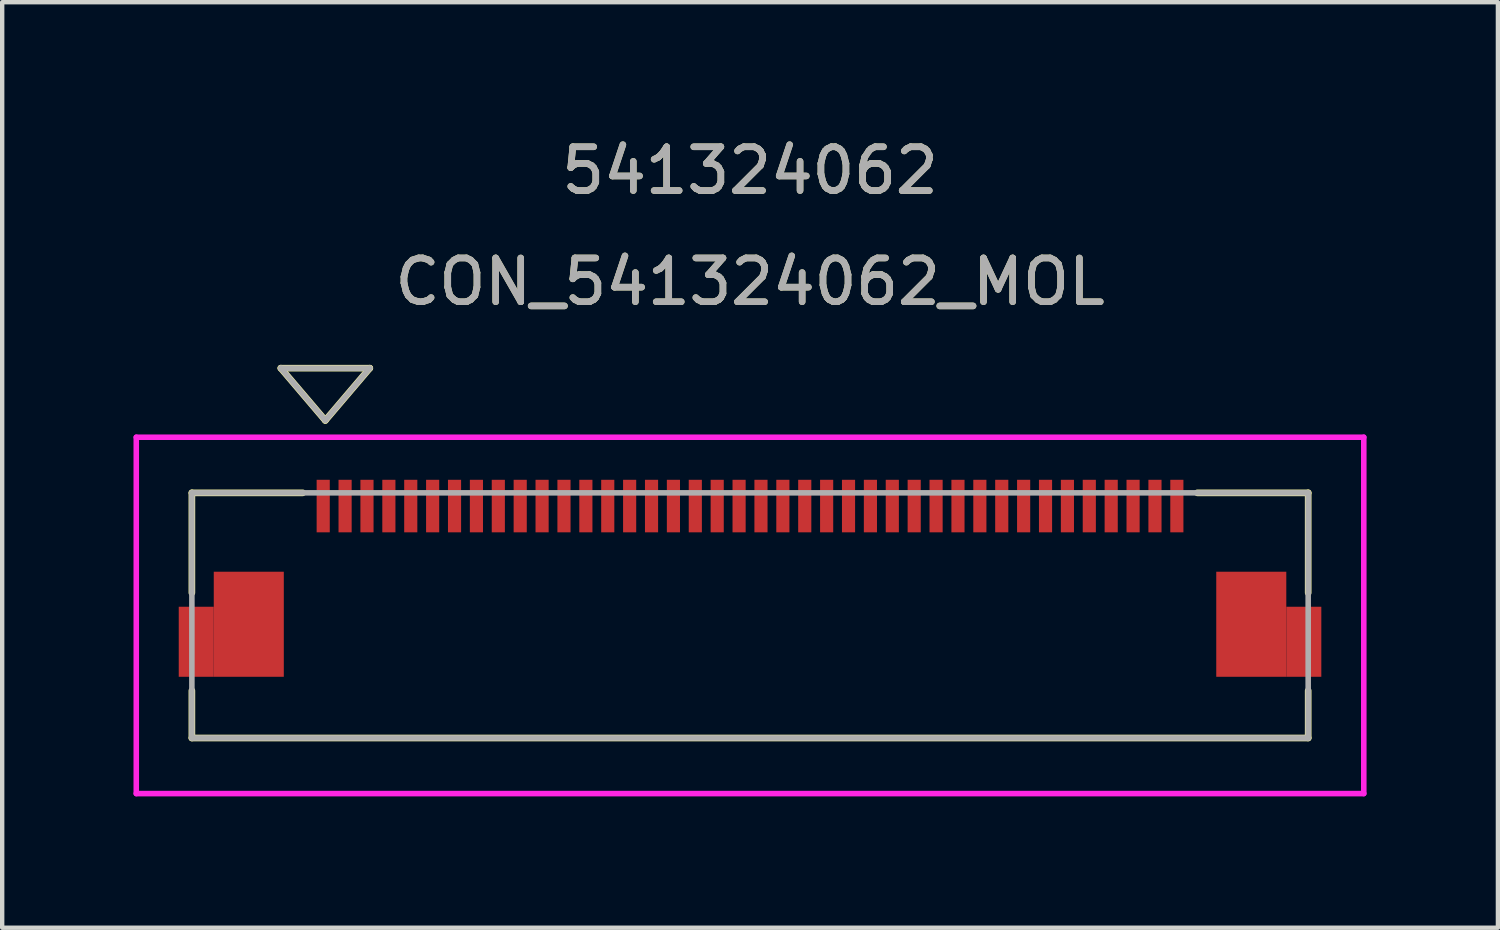
<source format=kicad_pcb>
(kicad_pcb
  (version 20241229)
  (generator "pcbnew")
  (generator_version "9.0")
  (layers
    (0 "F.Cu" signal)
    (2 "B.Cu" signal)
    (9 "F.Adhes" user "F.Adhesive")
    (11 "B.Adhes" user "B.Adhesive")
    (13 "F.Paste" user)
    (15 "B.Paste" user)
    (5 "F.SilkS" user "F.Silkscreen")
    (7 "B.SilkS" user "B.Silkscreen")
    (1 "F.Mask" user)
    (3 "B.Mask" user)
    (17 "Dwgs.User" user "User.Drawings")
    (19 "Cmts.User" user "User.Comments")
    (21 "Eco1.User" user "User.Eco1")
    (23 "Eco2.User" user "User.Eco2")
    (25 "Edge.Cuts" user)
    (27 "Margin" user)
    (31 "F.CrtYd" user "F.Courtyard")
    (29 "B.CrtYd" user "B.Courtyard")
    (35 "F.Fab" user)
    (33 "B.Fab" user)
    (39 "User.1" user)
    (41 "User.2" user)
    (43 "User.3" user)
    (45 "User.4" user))
  (footprint "CON_541324062_MOL"
    (layer "F.Cu")
    (at 14.083 11.008)
    (property "Reference" "CON_541324062_MOL" (at 0 -7.62 0) (unlocked yes) (layer "F.SilkS") (effects (font (size 1 1) (thickness 0.15))))
    (attr smd)
    (fp_poly (pts (xy -13.05 1.402) (xy -13.05 -0.198) (xy -12.25 -0.198) (xy -12.25 1.402)) (stroke (width 0) (type solid)) (fill yes) (layer "F.Cu"))
    (fp_poly (pts (xy 13.05 1.402) (xy 13.05 -0.198) (xy 12.25 -0.198) (xy 12.25 1.402)) (stroke (width 0) (type solid)) (fill yes) (layer "F.Cu"))
    (fp_poly (pts (xy -13.05 1.402) (xy -13.05 -0.198) (xy -12.25 -0.198) (xy -12.25 1.402)) (stroke (width 0) (type solid)) (fill yes) (layer "F.Mask"))
    (fp_poly (pts (xy 13.05 1.402) (xy 13.05 -0.198) (xy 12.25 -0.198) (xy 12.25 1.402)) (stroke (width 0) (type solid)) (fill yes) (layer "F.Mask"))
    (fp_line (start -12.75 -2.8) (end -12.75 -0.516) (stroke (width 0.152) (type solid)) (layer "F.SilkS"))
    (fp_line (start -12.75 1.719) (end -12.75 2.8) (stroke (width 0.152) (type solid)) (layer "F.SilkS"))
    (fp_line (start -12.75 2.8) (end 12.75 2.8) (stroke (width 0.152) (type solid)) (layer "F.SilkS"))
    (fp_line (start -10.718 -5.648) (end -9.702 -4.454) (stroke (width 0.152) (type solid)) (layer "F.SilkS"))
    (fp_line (start -10.718 -5.648) (end -8.686 -5.648) (stroke (width 0.152) (type solid)) (layer "F.SilkS"))
    (fp_line (start -10.217 -2.8) (end -12.75 -2.8) (stroke (width 0.152) (type solid)) (layer "F.SilkS"))
    (fp_line (start -8.686 -5.648) (end -9.702 -4.454) (stroke (width 0.152) (type solid)) (layer "F.SilkS"))
    (fp_line (start 12.75 -2.8) (end 10.218 -2.8) (stroke (width 0.152) (type solid)) (layer "F.SilkS"))
    (fp_line (start 12.75 -0.516) (end 12.75 -2.8) (stroke (width 0.152) (type solid)) (layer "F.SilkS"))
    (fp_line (start 12.75 2.8) (end 12.75 1.719) (stroke (width 0.152) (type solid)) (layer "F.SilkS"))
    (fp_poly (pts (xy -13.05 1.402) (xy -13.05 -0.198) (xy -12.25 -0.198) (xy -12.25 1.402)) (stroke (width 0) (type solid)) (fill yes) (layer "F.Paste"))
    (fp_poly (pts (xy 13.05 1.402) (xy 13.05 -0.198) (xy 12.25 -0.198) (xy 12.25 1.402)) (stroke (width 0) (type solid)) (fill yes) (layer "F.Paste"))
    (fp_line (start -14.02 -4.07) (end -14.02 4.07) (stroke (width 0.127) (type solid)) (layer "F.CrtYd"))
    (fp_line (start -14.02 4.07) (end 14.02 4.07) (stroke (width 0.127) (type solid)) (layer "F.CrtYd"))
    (fp_line (start 14.02 -4.07) (end -14.02 -4.07) (stroke (width 0.127) (type solid)) (layer "F.CrtYd"))
    (fp_line (start 14.02 4.07) (end 14.02 -4.07) (stroke (width 0.127) (type solid)) (layer "F.CrtYd"))
    (fp_line (start -12.75 -2.8) (end -12.75 2.8) (stroke (width 0.127) (type solid)) (layer "F.Fab"))
    (fp_line (start -12.75 2.8) (end 12.75 2.8) (stroke (width 0.127) (type solid)) (layer "F.Fab"))
    (fp_line (start -10.718 -5.648) (end -9.702 -4.454) (stroke (width 0.127) (type solid)) (layer "F.Fab"))
    (fp_line (start -10.718 -5.648) (end -8.686 -5.648) (stroke (width 0.127) (type solid)) (layer "F.Fab"))
    (fp_line (start -8.686 -5.648) (end -9.702 -4.454) (stroke (width 0.127) (type solid)) (layer "F.Fab"))
    (fp_line (start 12.75 -2.8) (end -12.75 -2.8) (stroke (width 0.127) (type solid)) (layer "F.Fab"))
    (fp_line (start 12.75 2.8) (end 12.75 -2.8) (stroke (width 0.127) (type solid)) (layer "F.Fab"))
    (fp_text user "541324062" (at 0 -10.16 0) (unlocked yes) (layer "F.SilkS") (effects (font (size 1 1) (thickness 0.15))))
    (fp_text user "541324062" (at 0 -10.16 0) (unlocked yes) (layer "F.Fab") (effects (font (size 1 1) (thickness 0.15))))
    (fp_text user "${REFERENCE}" (at 0 -7.62 0) (unlocked yes) (layer "F.Fab") (effects (font (size 1 1) (thickness 0.15))))
    (pad "1" smd rect (at -9.75 -2.498) (size 0.3 1.2) (layers "F.Cu" "F.Mask" "F.Paste"))
    (pad "2" smd rect (at -9.25 -2.498) (size 0.3 1.2) (layers "F.Cu" "F.Mask" "F.Paste"))
    (pad "3" smd rect (at -8.75 -2.498) (size 0.3 1.2) (layers "F.Cu" "F.Mask" "F.Paste"))
    (pad "4" smd rect (at -8.25 -2.498) (size 0.3 1.2) (layers "F.Cu" "F.Mask" "F.Paste"))
    (pad "5" smd rect (at -7.75 -2.498) (size 0.3 1.2) (layers "F.Cu" "F.Mask" "F.Paste"))
    (pad "6" smd rect (at -7.25 -2.498) (size 0.3 1.2) (layers "F.Cu" "F.Mask" "F.Paste"))
    (pad "7" smd rect (at -6.75 -2.498) (size 0.3 1.2) (layers "F.Cu" "F.Mask" "F.Paste"))
    (pad "8" smd rect (at -6.25 -2.498) (size 0.3 1.2) (layers "F.Cu" "F.Mask" "F.Paste"))
    (pad "9" smd rect (at -5.75 -2.498) (size 0.3 1.2) (layers "F.Cu" "F.Mask" "F.Paste"))
    (pad "10" smd rect (at -5.25 -2.498) (size 0.3 1.2) (layers "F.Cu" "F.Mask" "F.Paste"))
    (pad "11" smd rect (at -4.75 -2.498) (size 0.3 1.2) (layers "F.Cu" "F.Mask" "F.Paste"))
    (pad "12" smd rect (at -4.25 -2.498) (size 0.3 1.2) (layers "F.Cu" "F.Mask" "F.Paste"))
    (pad "13" smd rect (at -3.75 -2.498) (size 0.3 1.2) (layers "F.Cu" "F.Mask" "F.Paste"))
    (pad "14" smd rect (at -3.25 -2.498) (size 0.3 1.2) (layers "F.Cu" "F.Mask" "F.Paste"))
    (pad "15" smd rect (at -2.75 -2.498) (size 0.3 1.2) (layers "F.Cu" "F.Mask" "F.Paste"))
    (pad "16" smd rect (at -2.25 -2.498) (size 0.3 1.2) (layers "F.Cu" "F.Mask" "F.Paste"))
    (pad "17" smd rect (at -1.75 -2.498) (size 0.3 1.2) (layers "F.Cu" "F.Mask" "F.Paste"))
    (pad "18" smd rect (at -1.25 -2.498) (size 0.3 1.2) (layers "F.Cu" "F.Mask" "F.Paste"))
    (pad "19" smd rect (at -0.75 -2.498) (size 0.3 1.2) (layers "F.Cu" "F.Mask" "F.Paste"))
    (pad "20" smd rect (at -0.25 -2.498) (size 0.3 1.2) (layers "F.Cu" "F.Mask" "F.Paste"))
    (pad "21" smd rect (at 0.25 -2.498) (size 0.3 1.2) (layers "F.Cu" "F.Mask" "F.Paste"))
    (pad "22" smd rect (at 0.75 -2.498) (size 0.3 1.2) (layers "F.Cu" "F.Mask" "F.Paste"))
    (pad "23" smd rect (at 1.25 -2.498) (size 0.3 1.2) (layers "F.Cu" "F.Mask" "F.Paste"))
    (pad "24" smd rect (at 1.75 -2.498) (size 0.3 1.2) (layers "F.Cu" "F.Mask" "F.Paste"))
    (pad "25" smd rect (at 2.25 -2.498) (size 0.3 1.2) (layers "F.Cu" "F.Mask" "F.Paste"))
    (pad "26" smd rect (at 2.75 -2.498) (size 0.3 1.2) (layers "F.Cu" "F.Mask" "F.Paste"))
    (pad "27" smd rect (at 3.25 -2.498) (size 0.3 1.2) (layers "F.Cu" "F.Mask" "F.Paste"))
    (pad "28" smd rect (at 3.75 -2.498) (size 0.3 1.2) (layers "F.Cu" "F.Mask" "F.Paste"))
    (pad "29" smd rect (at 4.25 -2.498) (size 0.3 1.2) (layers "F.Cu" "F.Mask" "F.Paste"))
    (pad "30" smd rect (at 4.75 -2.498) (size 0.3 1.2) (layers "F.Cu" "F.Mask" "F.Paste"))
    (pad "31" smd rect (at 5.25 -2.498) (size 0.3 1.2) (layers "F.Cu" "F.Mask" "F.Paste"))
    (pad "32" smd rect (at 5.75 -2.498) (size 0.3 1.2) (layers "F.Cu" "F.Mask" "F.Paste"))
    (pad "33" smd rect (at 6.25 -2.498) (size 0.3 1.2) (layers "F.Cu" "F.Mask" "F.Paste"))
    (pad "34" smd rect (at 6.75 -2.498) (size 0.3 1.2) (layers "F.Cu" "F.Mask" "F.Paste"))
    (pad "35" smd rect (at 7.25 -2.498) (size 0.3 1.2) (layers "F.Cu" "F.Mask" "F.Paste"))
    (pad "36" smd rect (at 7.75 -2.498) (size 0.3 1.2) (layers "F.Cu" "F.Mask" "F.Paste"))
    (pad "37" smd rect (at 8.25 -2.498) (size 0.3 1.2) (layers "F.Cu" "F.Mask" "F.Paste"))
    (pad "38" smd rect (at 8.75 -2.498) (size 0.3 1.2) (layers "F.Cu" "F.Mask" "F.Paste"))
    (pad "39" smd rect (at 9.25 -2.498) (size 0.3 1.2) (layers "F.Cu" "F.Mask" "F.Paste"))
    (pad "40" smd rect (at 9.75 -2.498) (size 0.3 1.2) (layers "F.Cu" "F.Mask" "F.Paste"))
    (pad "P1" smd rect (at -11.45 0.202) (size 1.6 2.4) (layers "F.Cu" "F.Mask" "F.Paste"))
    (pad "P2" smd rect (at 11.45 0.202) (size 1.6 2.4) (layers "F.Cu" "F.Mask" "F.Paste")))
  (gr_rect
    (start -3 -3)
    (end 31.167 18.142)
    (stroke (width 0.1) (type default))
    (fill no)
    (layer "Edge.Cuts")))
</source>
